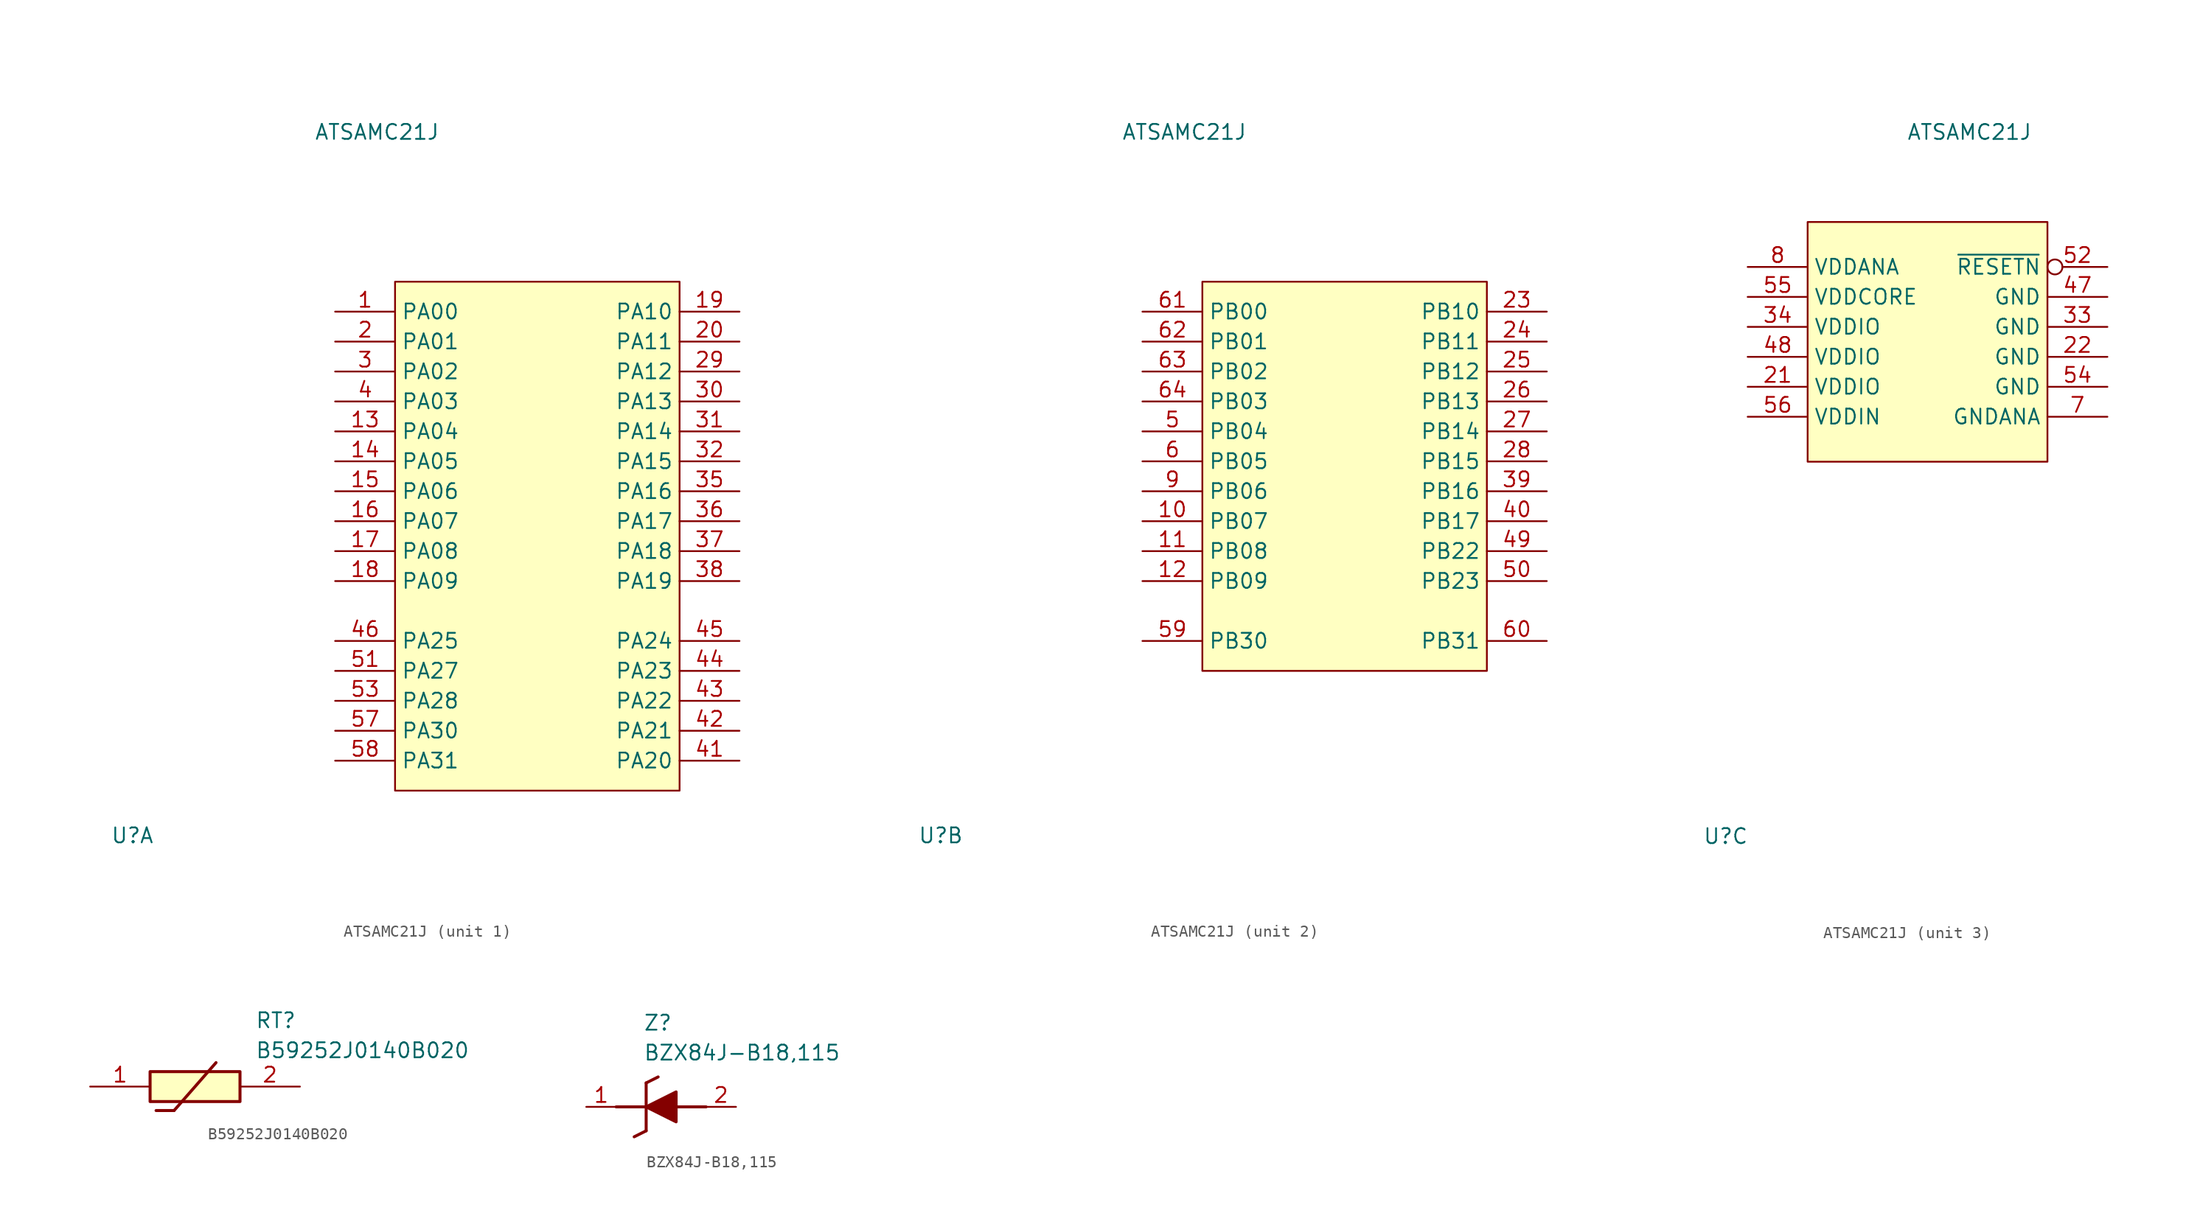
<source format=kicad_sym>
(kicad_symbol_lib
  (version 20241209)
  (generator "kicad_symbol_editor")
  (generator_version "9.0")
  (symbol "ATSAMC21J"
    (property "Reference" "U"
      (at -19.05 -44.45 0)
      (effects (font (size 1.27 1.27)) (justify left)))
    (property "Value" "ATSAMC21J"
      (at 8.89 15.24 0)
      (effects (font (size 1.27 1.27)) (justify right)))
    (symbol "ATSAMC21J_1_1"
      (rectangle (start 5.08 2.54) (end 29.21 -40.64) (stroke (width 0) (type solid)) (fill (type background)))
      (pin input line (at 0 0 0) (length 5.08) (name "PA00" (effects (font (size 1.27 1.27)))) (number "1" (effects (font (size 1.27 1.27)))))
      (pin input line (at 0 -2.54 0) (length 5.08) (name "PA01" (effects (font (size 1.27 1.27)))) (number "2" (effects (font (size 1.27 1.27)))))
      (pin input line (at 0 -5.08 0) (length 5.08) (name "PA02" (effects (font (size 1.27 1.27)))) (number "3" (effects (font (size 1.27 1.27)))))
      (pin input line (at 0 -7.62 0) (length 5.08) (name "PA03" (effects (font (size 1.27 1.27)))) (number "4" (effects (font (size 1.27 1.27)))))
      (pin input line (at 0 -10.16 0) (length 5.08) (name "PA04" (effects (font (size 1.27 1.27)))) (number "13" (effects (font (size 1.27 1.27)))))
      (pin input line (at 0 -12.7 0) (length 5.08) (name "PA05" (effects (font (size 1.27 1.27)))) (number "14" (effects (font (size 1.27 1.27)))))
      (pin input line (at 0 -15.24 0) (length 5.08) (name "PA06" (effects (font (size 1.27 1.27)))) (number "15" (effects (font (size 1.27 1.27)))))
      (pin input line (at 0 -17.78 0) (length 5.08) (name "PA07" (effects (font (size 1.27 1.27)))) (number "16" (effects (font (size 1.27 1.27)))))
      (pin input line (at 0 -20.32 0) (length 5.08) (name "PA08" (effects (font (size 1.27 1.27)))) (number "17" (effects (font (size 1.27 1.27)))))
      (pin input line (at 0 -22.86 0) (length 5.08) (name "PA09" (effects (font (size 1.27 1.27)))) (number "18" (effects (font (size 1.27 1.27)))))
      (pin input line (at 0 -27.94 0) (length 5.08) (name "PA25" (effects (font (size 1.27 1.27)))) (number "46" (effects (font (size 1.27 1.27)))))
      (pin input line (at 0 -30.48 0) (length 5.08) (name "PA27" (effects (font (size 1.27 1.27)))) (number "51" (effects (font (size 1.27 1.27)))))
      (pin input line (at 0 -33.02 0) (length 5.08) (name "PA28" (effects (font (size 1.27 1.27)))) (number "53" (effects (font (size 1.27 1.27)))))
      (pin input line (at 0 -35.56 0) (length 5.08) (name "PA30" (effects (font (size 1.27 1.27)))) (number "57" (effects (font (size 1.27 1.27)))))
      (pin input line (at 0 -38.1 0) (length 5.08) (name "PA31" (effects (font (size 1.27 1.27)))) (number "58" (effects (font (size 1.27 1.27)))))
      (pin input line (at 34.29 0 180) (length 5.08) (name "PA10" (effects (font (size 1.27 1.27)))) (number "19" (effects (font (size 1.27 1.27)))))
      (pin input line (at 34.29 -2.54 180) (length 5.08) (name "PA11" (effects (font (size 1.27 1.27)))) (number "20" (effects (font (size 1.27 1.27)))))
      (pin input line (at 34.29 -5.08 180) (length 5.08) (name "PA12" (effects (font (size 1.27 1.27)))) (number "29" (effects (font (size 1.27 1.27)))))
      (pin input line (at 34.29 -7.62 180) (length 5.08) (name "PA13" (effects (font (size 1.27 1.27)))) (number "30" (effects (font (size 1.27 1.27)))))
      (pin input line (at 34.29 -10.16 180) (length 5.08) (name "PA14" (effects (font (size 1.27 1.27)))) (number "31" (effects (font (size 1.27 1.27)))))
      (pin input line (at 34.29 -12.7 180) (length 5.08) (name "PA15" (effects (font (size 1.27 1.27)))) (number "32" (effects (font (size 1.27 1.27)))))
      (pin input line (at 34.29 -15.24 180) (length 5.08) (name "PA16" (effects (font (size 1.27 1.27)))) (number "35" (effects (font (size 1.27 1.27)))))
      (pin input line (at 34.29 -17.78 180) (length 5.08) (name "PA17" (effects (font (size 1.27 1.27)))) (number "36" (effects (font (size 1.27 1.27)))))
      (pin input line (at 34.29 -20.32 180) (length 5.08) (name "PA18" (effects (font (size 1.27 1.27)))) (number "37" (effects (font (size 1.27 1.27)))))
      (pin input line (at 34.29 -22.86 180) (length 5.08) (name "PA19" (effects (font (size 1.27 1.27)))) (number "38" (effects (font (size 1.27 1.27)))))
      (pin input line (at 34.29 -27.94 180) (length 5.08) (name "PA24" (effects (font (size 1.27 1.27)))) (number "45" (effects (font (size 1.27 1.27)))))
      (pin input line (at 34.29 -30.48 180) (length 5.08) (name "PA23" (effects (font (size 1.27 1.27)))) (number "44" (effects (font (size 1.27 1.27)))))
      (pin input line (at 34.29 -33.02 180) (length 5.08) (name "PA22" (effects (font (size 1.27 1.27)))) (number "43" (effects (font (size 1.27 1.27)))))
      (pin input line (at 34.29 -35.56 180) (length 5.08) (name "PA21" (effects (font (size 1.27 1.27)))) (number "42" (effects (font (size 1.27 1.27)))))
      (pin input line (at 34.29 -38.1 180) (length 5.08) (name "PA20" (effects (font (size 1.27 1.27)))) (number "41" (effects (font (size 1.27 1.27))))))
    (symbol "ATSAMC21J_2_1"
      (rectangle (start 5.08 2.54) (end 29.21 -30.48) (stroke (width 0) (type solid)) (fill (type background)))
      (pin input line (at 0 0 0) (length 5.08) (name "PB00" (effects (font (size 1.27 1.27)))) (number "61" (effects (font (size 1.27 1.27)))))
      (pin input line (at 0 -2.54 0) (length 5.08) (name "PB01" (effects (font (size 1.27 1.27)))) (number "62" (effects (font (size 1.27 1.27)))))
      (pin input line (at 0 -5.08 0) (length 5.08) (name "PB02" (effects (font (size 1.27 1.27)))) (number "63" (effects (font (size 1.27 1.27)))))
      (pin input line (at 0 -7.62 0) (length 5.08) (name "PB03" (effects (font (size 1.27 1.27)))) (number "64" (effects (font (size 1.27 1.27)))))
      (pin input line (at 0 -10.16 0) (length 5.08) (name "PB04" (effects (font (size 1.27 1.27)))) (number "5" (effects (font (size 1.27 1.27)))))
      (pin input line (at 0 -12.7 0) (length 5.08) (name "PB05" (effects (font (size 1.27 1.27)))) (number "6" (effects (font (size 1.27 1.27)))))
      (pin input line (at 0 -15.24 0) (length 5.08) (name "PB06" (effects (font (size 1.27 1.27)))) (number "9" (effects (font (size 1.27 1.27)))))
      (pin input line (at 0 -17.78 0) (length 5.08) (name "PB07" (effects (font (size 1.27 1.27)))) (number "10" (effects (font (size 1.27 1.27)))))
      (pin input line (at 0 -20.32 0) (length 5.08) (name "PB08" (effects (font (size 1.27 1.27)))) (number "11" (effects (font (size 1.27 1.27)))))
      (pin input line (at 0 -22.86 0) (length 5.08) (name "PB09" (effects (font (size 1.27 1.27)))) (number "12" (effects (font (size 1.27 1.27)))))
      (pin input line (at 0 -27.94 0) (length 5.08) (name "PB30" (effects (font (size 1.27 1.27)))) (number "59" (effects (font (size 1.27 1.27)))))
      (pin input line (at 34.29 0 180) (length 5.08) (name "PB10" (effects (font (size 1.27 1.27)))) (number "23" (effects (font (size 1.27 1.27)))))
      (pin input line (at 34.29 -2.54 180) (length 5.08) (name "PB11" (effects (font (size 1.27 1.27)))) (number "24" (effects (font (size 1.27 1.27)))))
      (pin input line (at 34.29 -5.08 180) (length 5.08) (name "PB12" (effects (font (size 1.27 1.27)))) (number "25" (effects (font (size 1.27 1.27)))))
      (pin input line (at 34.29 -7.62 180) (length 5.08) (name "PB13" (effects (font (size 1.27 1.27)))) (number "26" (effects (font (size 1.27 1.27)))))
      (pin input line (at 34.29 -10.16 180) (length 5.08) (name "PB14" (effects (font (size 1.27 1.27)))) (number "27" (effects (font (size 1.27 1.27)))))
      (pin input line (at 34.29 -12.7 180) (length 5.08) (name "PB15" (effects (font (size 1.27 1.27)))) (number "28" (effects (font (size 1.27 1.27)))))
      (pin input line (at 34.29 -15.24 180) (length 5.08) (name "PB16" (effects (font (size 1.27 1.27)))) (number "39" (effects (font (size 1.27 1.27)))))
      (pin input line (at 34.29 -17.78 180) (length 5.08) (name "PB17" (effects (font (size 1.27 1.27)))) (number "40" (effects (font (size 1.27 1.27)))))
      (pin input line (at 34.29 -20.32 180) (length 5.08) (name "PB22" (effects (font (size 1.27 1.27)))) (number "49" (effects (font (size 1.27 1.27)))))
      (pin input line (at 34.29 -22.86 180) (length 5.08) (name "PB23" (effects (font (size 1.27 1.27)))) (number "50" (effects (font (size 1.27 1.27)))))
      (pin input line (at 34.29 -27.94 180) (length 5.08) (name "PB31" (effects (font (size 1.27 1.27)))) (number "60" (effects (font (size 1.27 1.27))))))
    (symbol "ATSAMC21J_3_1"
      (rectangle (start -10.16 7.62) (end 10.16 -12.7) (stroke (width 0) (type solid)) (fill (type background)))
      (pin input line (at -15.24 3.81 0) (length 5.08) (name "VDDANA" (effects (font (size 1.27 1.27)))) (number "8" (effects (font (size 1.27 1.27)))))
      (pin input line (at -15.24 1.27 0) (length 5.08) (name "VDDCORE" (effects (font (size 1.27 1.27)))) (number "55" (effects (font (size 1.27 1.27)))))
      (pin input line (at -15.24 -1.27 0) (length 5.08) (name "VDDIO" (effects (font (size 1.27 1.27)))) (number "34" (effects (font (size 1.27 1.27)))))
      (pin input line (at -15.24 -3.81 0) (length 5.08) (name "VDDIO" (effects (font (size 1.27 1.27)))) (number "48" (effects (font (size 1.27 1.27)))))
      (pin input line (at -15.24 -6.35 0) (length 5.08) (name "VDDIO" (effects (font (size 1.27 1.27)))) (number "21" (effects (font (size 1.27 1.27)))))
      (pin input line (at -15.24 -8.89 0) (length 5.08) (name "VDDIN" (effects (font (size 1.27 1.27)))) (number "56" (effects (font (size 1.27 1.27)))))
      (pin input inverted (at 15.24 3.81 180) (length 5.08) (name "~{RESETN}" (effects (font (size 1.27 1.27)))) (number "52" (effects (font (size 1.27 1.27)))))
      (pin input line (at 15.24 1.27 180) (length 5.08) (name "GND" (effects (font (size 1.27 1.27)))) (number "47" (effects (font (size 1.27 1.27)))))
      (pin input line (at 15.24 -1.27 180) (length 5.08) (name "GND" (effects (font (size 1.27 1.27)))) (number "33" (effects (font (size 1.27 1.27)))))
      (pin input line (at 15.24 -3.81 180) (length 5.08) (name "GND" (effects (font (size 1.27 1.27)))) (number "22" (effects (font (size 1.27 1.27)))))
      (pin input line (at 15.24 -6.35 180) (length 5.08) (name "GND" (effects (font (size 1.27 1.27)))) (number "54" (effects (font (size 1.27 1.27)))))
      (pin input line (at 15.24 -8.89 180) (length 5.08) (name "GNDANA" (effects (font (size 1.27 1.27)))) (number "7" (effects (font (size 1.27 1.27)))))))
  (symbol "B59252J0140B020"
    (pin_names
      (hide yes))
    (property "Reference" "RT"
      (at 13.97 6.35 0)
      (effects (font (size 1.27 1.27)) (justify left top)))
    (property "Value" "B59252J0140B020"
      (at 13.97 3.81 0)
      (effects (font (size 1.27 1.27)) (justify left top)))
    (symbol "B59252J0140B020_1_1"
      (rectangle (start 5.08 1.27) (end 12.7 -1.27) (stroke (width 0.254) (type default)) (fill (type background)))
      (polyline (pts (xy 5.588 -2.032) (xy 7.112 -2.032)) (stroke (width 0.254) (type default)) (fill (type none)))
      (polyline (pts (xy 10.668 2.032) (xy 7.112 -2.032)) (stroke (width 0.254) (type default)) (fill (type none)))
      (pin passive line (at 0 0 0) (length 5.08) (name "1" (effects (font (size 1.27 1.27)))) (number "1" (effects (font (size 1.27 1.27)))))
      (pin passive line (at 17.78 0 180) (length 5.08) (name "2" (effects (font (size 1.27 1.27)))) (number "2" (effects (font (size 1.27 1.27)))))))
  (symbol "BZX84J-B18,115"
    (pin_names
      (hide yes))
    (property "Reference" "Z"
      (at -2.794 7.874 0)
      (effects (font (size 1.27 1.27)) (justify left top)))
    (property "Value" "BZX84J-B18,115"
      (at -2.794 5.334 0)
      (effects (font (size 1.27 1.27)) (justify left top)))
    (symbol "BZX84J-B18,115_1_1"
      (polyline (pts (xy -5.08 0) (xy -2.54 0)) (stroke (width 0.254) (type default)) (fill (type none)))
      (polyline (pts (xy -3.556 -2.54) (xy -2.54 -2.032)) (stroke (width 0.254) (type default)) (fill (type none)))
      (polyline (pts (xy -2.54 2.032) (xy -2.54 -2.032)) (stroke (width 0.254) (type default)) (fill (type none)))
      (polyline (pts (xy -2.54 2.032) (xy -1.524 2.54)) (stroke (width 0.254) (type default)) (fill (type none)))
      (polyline (pts (xy -2.54 0) (xy 0 1.27) (xy 0 -1.27) (xy -2.54 0)) (stroke (width 0.254) (type default)) (fill (type outline)))
      (polyline (pts (xy 2.54 0) (xy 0 0)) (stroke (width 0.254) (type default)) (fill (type none)))
      (pin passive line (at -7.62 0 0) (length 2.54) (name "K" (effects (font (size 1.27 1.27)))) (number "1" (effects (font (size 1.27 1.27)))))
      (pin passive line (at 5.08 0 180) (length 2.54) (name "A" (effects (font (size 1.27 1.27)))) (number "2" (effects (font (size 1.27 1.27))))))))
</source>
